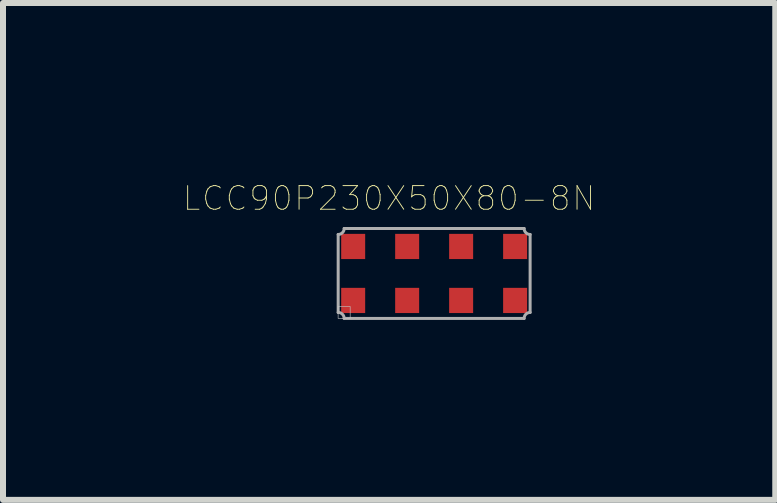
<source format=kicad_pcb>
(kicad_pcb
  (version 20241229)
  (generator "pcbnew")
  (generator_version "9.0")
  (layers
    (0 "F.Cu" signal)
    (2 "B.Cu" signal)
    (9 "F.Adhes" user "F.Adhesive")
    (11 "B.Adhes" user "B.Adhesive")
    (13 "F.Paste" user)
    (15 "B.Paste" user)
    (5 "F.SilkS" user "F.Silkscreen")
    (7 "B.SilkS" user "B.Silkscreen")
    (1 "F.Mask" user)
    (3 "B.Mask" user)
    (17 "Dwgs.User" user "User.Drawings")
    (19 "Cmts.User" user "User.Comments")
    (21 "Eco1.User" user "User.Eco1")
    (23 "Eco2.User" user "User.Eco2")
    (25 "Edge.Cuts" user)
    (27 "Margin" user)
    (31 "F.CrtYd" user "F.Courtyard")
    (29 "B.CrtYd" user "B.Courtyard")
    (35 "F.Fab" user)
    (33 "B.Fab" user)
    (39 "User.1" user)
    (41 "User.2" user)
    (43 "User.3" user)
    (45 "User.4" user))
  (footprint "LCC90P230X50X80-8N"
    (layer "F.Cu")
    (at 4.188 1.509)
    (property "Reference" "LCC90P230X50X80-8N" (at -0.751 -1.252 0) (layer "F.SilkS") (effects (font (size 0.394 0.394) (thickness 0.015))))
    (attr through_hole)
    (fp_poly (pts (xy -1.601 0.55) (xy -1.4 0.55) (xy -1.4 0.75) (xy -1.601 0.75)) (stroke (width 0.01) (type solid)) (fill no) (layer "Dwgs.User"))
    (fp_line (start -1.6 -0.65) (end -1.6 0.65) (stroke (width 0.05) (type solid)) (layer "F.Fab"))
    (fp_line (start -1.5 0.75) (end 1.5 0.75) (stroke (width 0.05) (type solid)) (layer "F.Fab"))
    (fp_line (start 1.5 -0.75) (end -1.5 -0.75) (stroke (width 0.05) (type solid)) (layer "F.Fab"))
    (fp_line (start 1.6 0.65) (end 1.6 -0.65) (stroke (width 0.05) (type solid)) (layer "F.Fab"))
    (fp_arc (start -1.6 0.65) (mid -1.529289 0.679289) (end -1.5 0.75) (stroke (width 0.05) (type solid)) (layer "F.Fab"))
    (fp_arc (start -1.5 -0.75) (mid -1.529289 -0.679289) (end -1.6 -0.65) (stroke (width 0.05) (type solid)) (layer "F.Fab"))
    (fp_arc (start 1.5 0.75) (mid 1.529289 0.679289) (end 1.6 0.65) (stroke (width 0.05) (type solid)) (layer "F.Fab"))
    (fp_arc (start 1.6 -0.65) (mid 1.529289 -0.679289) (end 1.5 -0.75) (stroke (width 0.05) (type solid)) (layer "F.Fab"))
    (pad "1" smd rect (at -1.35 0.45) (size 0.4 0.42) (layers "F.Cu" "F.Mask" "F.Paste"))
    (pad "2" smd rect (at -0.45 0.45) (size 0.4 0.42) (layers "F.Cu" "F.Mask" "F.Paste"))
    (pad "3" smd rect (at 0.45 0.45) (size 0.4 0.42) (layers "F.Cu" "F.Mask" "F.Paste"))
    (pad "4" smd rect (at 1.35 0.45) (size 0.4 0.42) (layers "F.Cu" "F.Mask" "F.Paste"))
    (pad "5" smd rect (at 1.35 -0.45) (size 0.4 0.42) (layers "F.Cu" "F.Mask" "F.Paste"))
    (pad "6" smd rect (at 0.45 -0.45) (size 0.4 0.42) (layers "F.Cu" "F.Mask" "F.Paste"))
    (pad "7" smd rect (at -0.45 -0.45) (size 0.4 0.42) (layers "F.Cu" "F.Mask" "F.Paste"))
    (pad "8" smd rect (at -1.35 -0.45) (size 0.4 0.42) (layers "F.Cu" "F.Mask" "F.Paste")))
  (gr_rect
    (start -3 -3)
    (end 9.875 5.284)
    (stroke (width 0.1) (type default))
    (fill no)
    (layer "Edge.Cuts")))
</source>
